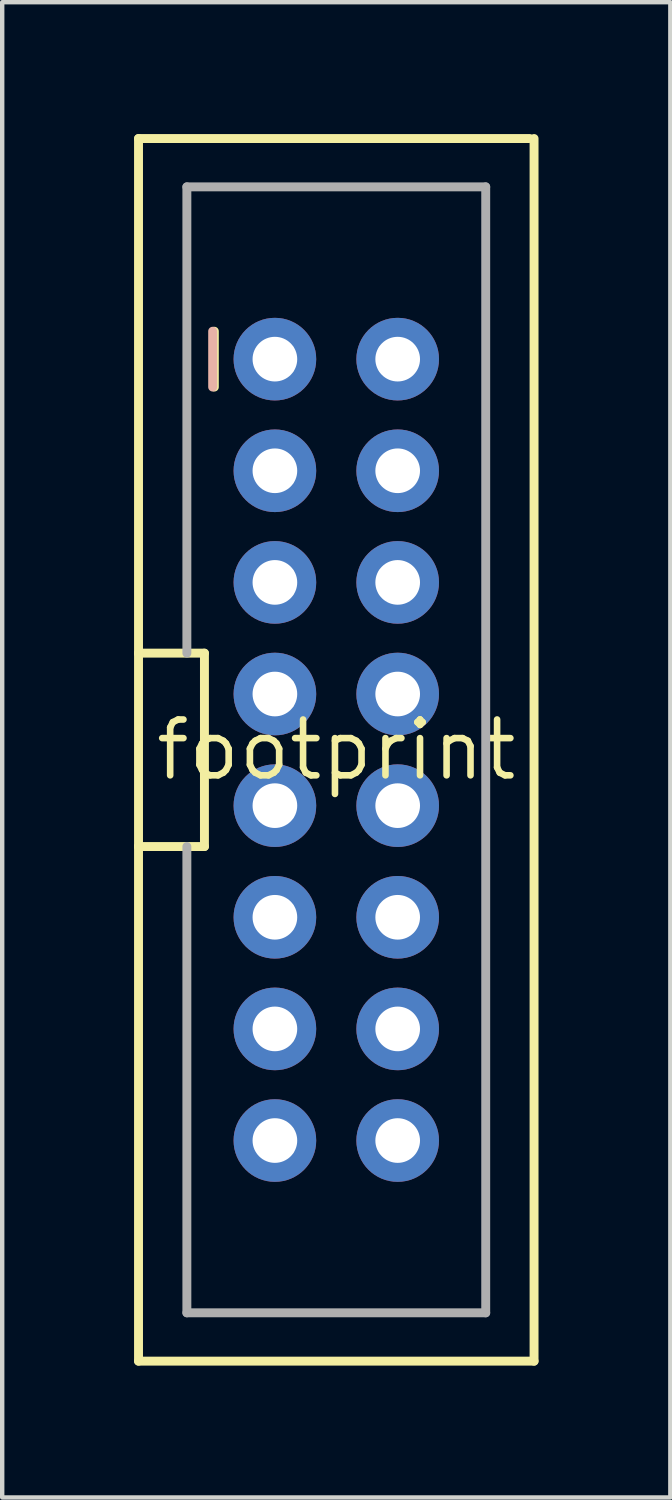
<source format=kicad_pcb>
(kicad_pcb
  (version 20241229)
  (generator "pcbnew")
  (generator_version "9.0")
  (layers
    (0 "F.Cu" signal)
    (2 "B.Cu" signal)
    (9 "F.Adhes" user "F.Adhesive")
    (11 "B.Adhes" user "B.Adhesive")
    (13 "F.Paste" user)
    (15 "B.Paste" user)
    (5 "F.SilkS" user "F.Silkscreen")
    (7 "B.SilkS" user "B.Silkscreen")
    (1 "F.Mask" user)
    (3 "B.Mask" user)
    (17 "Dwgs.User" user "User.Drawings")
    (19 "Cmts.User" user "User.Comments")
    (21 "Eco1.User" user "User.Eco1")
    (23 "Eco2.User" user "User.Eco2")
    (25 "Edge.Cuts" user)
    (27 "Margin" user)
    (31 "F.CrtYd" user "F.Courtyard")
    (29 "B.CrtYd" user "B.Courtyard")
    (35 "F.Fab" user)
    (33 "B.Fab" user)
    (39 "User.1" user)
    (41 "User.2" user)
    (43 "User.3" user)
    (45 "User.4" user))
  (footprint "footprint"
    (layer "F.Cu")
    (at 4.602 14.012)
    (property "Reference" "footprint" (at 0 0 0) (layer "F.SilkS") (effects (font (size 1.27 1.27) (thickness 0.15))))
    (fp_line (start -4.5 -13.91) (end 4.4 -13.91) (stroke (width 0.203) (type solid)) (layer "F.SilkS"))
    (fp_line (start -4.5 -2.2) (end -4.5 -13.91) (stroke (width 0.203) (type solid)) (layer "F.SilkS"))
    (fp_line (start -4.5 -2.2) (end -3 -2.2) (stroke (width 0.203) (type solid)) (layer "F.SilkS"))
    (fp_line (start -4.5 2.2) (end -4.5 -2.2) (stroke (width 0.203) (type solid)) (layer "F.SilkS"))
    (fp_line (start -4.5 13.91) (end -4.5 2.2) (stroke (width 0.203) (type solid)) (layer "F.SilkS"))
    (fp_line (start -3 -2.2) (end -3 2.2) (stroke (width 0.203) (type solid)) (layer "F.SilkS"))
    (fp_line (start -3 2.2) (end -4.5 2.2) (stroke (width 0.203) (type solid)) (layer "F.SilkS"))
    (fp_line (start -2.775 -9.525) (end -2.775 -8.255) (stroke (width 0.203) (type solid)) (layer "F.SilkS"))
    (fp_line (start 4.5 -13.91) (end 4.5 13.91) (stroke (width 0.203) (type solid)) (layer "F.SilkS"))
    (fp_line (start 4.5 13.91) (end -4.5 13.91) (stroke (width 0.203) (type solid)) (layer "F.SilkS"))
    (fp_line (start -2.813 -9.525) (end -2.813 -8.255) (stroke (width 0.203) (type solid)) (layer "B.SilkS"))
    (fp_line (start -3.4 -12.81) (end -3.4 -2.2) (stroke (width 0.203) (type solid)) (layer "F.Fab"))
    (fp_line (start -3.4 -12.81) (end 3.4 -12.81) (stroke (width 0.203) (type solid)) (layer "F.Fab"))
    (fp_line (start -3.4 12.81) (end -3.4 2.2) (stroke (width 0.203) (type solid)) (layer "F.Fab"))
    (fp_line (start -3.4 12.81) (end 3.4 12.81) (stroke (width 0.203) (type solid)) (layer "F.Fab"))
    (fp_line (start 3.4 -12.81) (end 3.4 12.81) (stroke (width 0.203) (type solid)) (layer "F.Fab"))
    (fp_poly (pts (xy -1.524 -9.144) (xy -1.524 -8.636) (xy -1.016 -8.636) (xy -1.016 -9.144)) (stroke (width 0.1) (type solid)) (fill no) (layer "F.Fab"))
    (fp_poly (pts (xy -1.524 -6.604) (xy -1.524 -6.096) (xy -1.016 -6.096) (xy -1.016 -6.604)) (stroke (width 0.1) (type solid)) (fill no) (layer "F.Fab"))
    (fp_poly (pts (xy -1.524 -4.064) (xy -1.524 -3.556) (xy -1.016 -3.556) (xy -1.016 -4.064)) (stroke (width 0.1) (type solid)) (fill no) (layer "F.Fab"))
    (fp_poly (pts (xy -1.524 -1.524) (xy -1.524 -1.016) (xy -1.016 -1.016) (xy -1.016 -1.524)) (stroke (width 0.1) (type solid)) (fill no) (layer "F.Fab"))
    (fp_poly (pts (xy -1.524 -1.524) (xy -1.524 -1.016) (xy -1.016 -1.016) (xy -1.016 -1.524)) (stroke (width 0.1) (type solid)) (fill no) (layer "F.Fab"))
    (fp_poly (pts (xy -1.524 1.016) (xy -1.524 1.524) (xy -1.016 1.524) (xy -1.016 1.016)) (stroke (width 0.1) (type solid)) (fill no) (layer "F.Fab"))
    (fp_poly (pts (xy -1.524 3.556) (xy -1.524 4.064) (xy -1.016 4.064) (xy -1.016 3.556)) (stroke (width 0.1) (type solid)) (fill no) (layer "F.Fab"))
    (fp_poly (pts (xy -1.524 6.096) (xy -1.524 6.604) (xy -1.016 6.604) (xy -1.016 6.096)) (stroke (width 0.1) (type solid)) (fill no) (layer "F.Fab"))
    (fp_poly (pts (xy -1.524 8.636) (xy -1.524 9.144) (xy -1.016 9.144) (xy -1.016 8.636)) (stroke (width 0.1) (type solid)) (fill no) (layer "F.Fab"))
    (fp_poly (pts (xy 1.016 -9.144) (xy 1.016 -8.636) (xy 1.524 -8.636) (xy 1.524 -9.144)) (stroke (width 0.1) (type solid)) (fill no) (layer "F.Fab"))
    (fp_poly (pts (xy 1.016 -6.604) (xy 1.016 -6.096) (xy 1.524 -6.096) (xy 1.524 -6.604)) (stroke (width 0.1) (type solid)) (fill no) (layer "F.Fab"))
    (fp_poly (pts (xy 1.016 -4.064) (xy 1.016 -3.556) (xy 1.524 -3.556) (xy 1.524 -4.064)) (stroke (width 0.1) (type solid)) (fill no) (layer "F.Fab"))
    (fp_poly (pts (xy 1.016 -1.524) (xy 1.016 -1.016) (xy 1.524 -1.016) (xy 1.524 -1.524)) (stroke (width 0.1) (type solid)) (fill no) (layer "F.Fab"))
    (fp_poly (pts (xy 1.016 -1.524) (xy 1.016 -1.016) (xy 1.524 -1.016) (xy 1.524 -1.524)) (stroke (width 0.1) (type solid)) (fill no) (layer "F.Fab"))
    (fp_poly (pts (xy 1.016 1.016) (xy 1.016 1.524) (xy 1.524 1.524) (xy 1.524 1.016)) (stroke (width 0.1) (type solid)) (fill no) (layer "F.Fab"))
    (fp_poly (pts (xy 1.016 3.556) (xy 1.016 4.064) (xy 1.524 4.064) (xy 1.524 3.556)) (stroke (width 0.1) (type solid)) (fill no) (layer "F.Fab"))
    (fp_poly (pts (xy 1.016 6.096) (xy 1.016 6.604) (xy 1.524 6.604) (xy 1.524 6.096)) (stroke (width 0.1) (type solid)) (fill no) (layer "F.Fab"))
    (fp_poly (pts (xy 1.016 8.636) (xy 1.016 9.144) (xy 1.524 9.144) (xy 1.524 8.636)) (stroke (width 0.1) (type solid)) (fill no) (layer "F.Fab"))
    (pad "1" thru_hole circle (at -1.397 -8.89 270) (size 1.88 1.88) (drill 1.016) (layers "*.Cu" "*.Mask"))
    (pad "2" thru_hole circle (at 1.397 -8.89 270) (size 1.88 1.88) (drill 1.016) (layers "*.Cu" "*.Mask"))
    (pad "3" thru_hole circle (at -1.397 -6.35 270) (size 1.88 1.88) (drill 1.016) (layers "*.Cu" "*.Mask"))
    (pad "4" thru_hole circle (at 1.397 -6.35 270) (size 1.88 1.88) (drill 1.016) (layers "*.Cu" "*.Mask"))
    (pad "5" thru_hole circle (at -1.397 -3.81 270) (size 1.88 1.88) (drill 1.016) (layers "*.Cu" "*.Mask"))
    (pad "6" thru_hole circle (at 1.397 -3.81 270) (size 1.88 1.88) (drill 1.016) (layers "*.Cu" "*.Mask"))
    (pad "7" thru_hole circle (at -1.397 -1.27 270) (size 1.88 1.88) (drill 1.016) (layers "*.Cu" "*.Mask"))
    (pad "8" thru_hole circle (at 1.397 -1.27 270) (size 1.88 1.88) (drill 1.016) (layers "*.Cu" "*.Mask"))
    (pad "9" thru_hole circle (at -1.397 1.27 270) (size 1.88 1.88) (drill 1.016) (layers "*.Cu" "*.Mask"))
    (pad "10" thru_hole circle (at 1.397 1.27 270) (size 1.88 1.88) (drill 1.016) (layers "*.Cu" "*.Mask"))
    (pad "11" thru_hole circle (at -1.397 3.81 270) (size 1.88 1.88) (drill 1.016) (layers "*.Cu" "*.Mask"))
    (pad "12" thru_hole circle (at 1.397 3.81 270) (size 1.88 1.88) (drill 1.016) (layers "*.Cu" "*.Mask"))
    (pad "13" thru_hole circle (at -1.397 6.35 270) (size 1.88 1.88) (drill 1.016) (layers "*.Cu" "*.Mask"))
    (pad "14" thru_hole circle (at 1.397 6.35 270) (size 1.88 1.88) (drill 1.016) (layers "*.Cu" "*.Mask"))
    (pad "15" thru_hole circle (at -1.397 8.89 270) (size 1.88 1.88) (drill 1.016) (layers "*.Cu" "*.Mask"))
    (pad "16" thru_hole circle (at 1.397 8.89 270) (size 1.88 1.88) (drill 1.016) (layers "*.Cu" "*.Mask")))
  (gr_rect
    (start -3 -3)
    (end 12.203 31.023)
    (stroke (width 0.1) (type default))
    (fill no)
    (layer "Edge.Cuts")))
</source>
